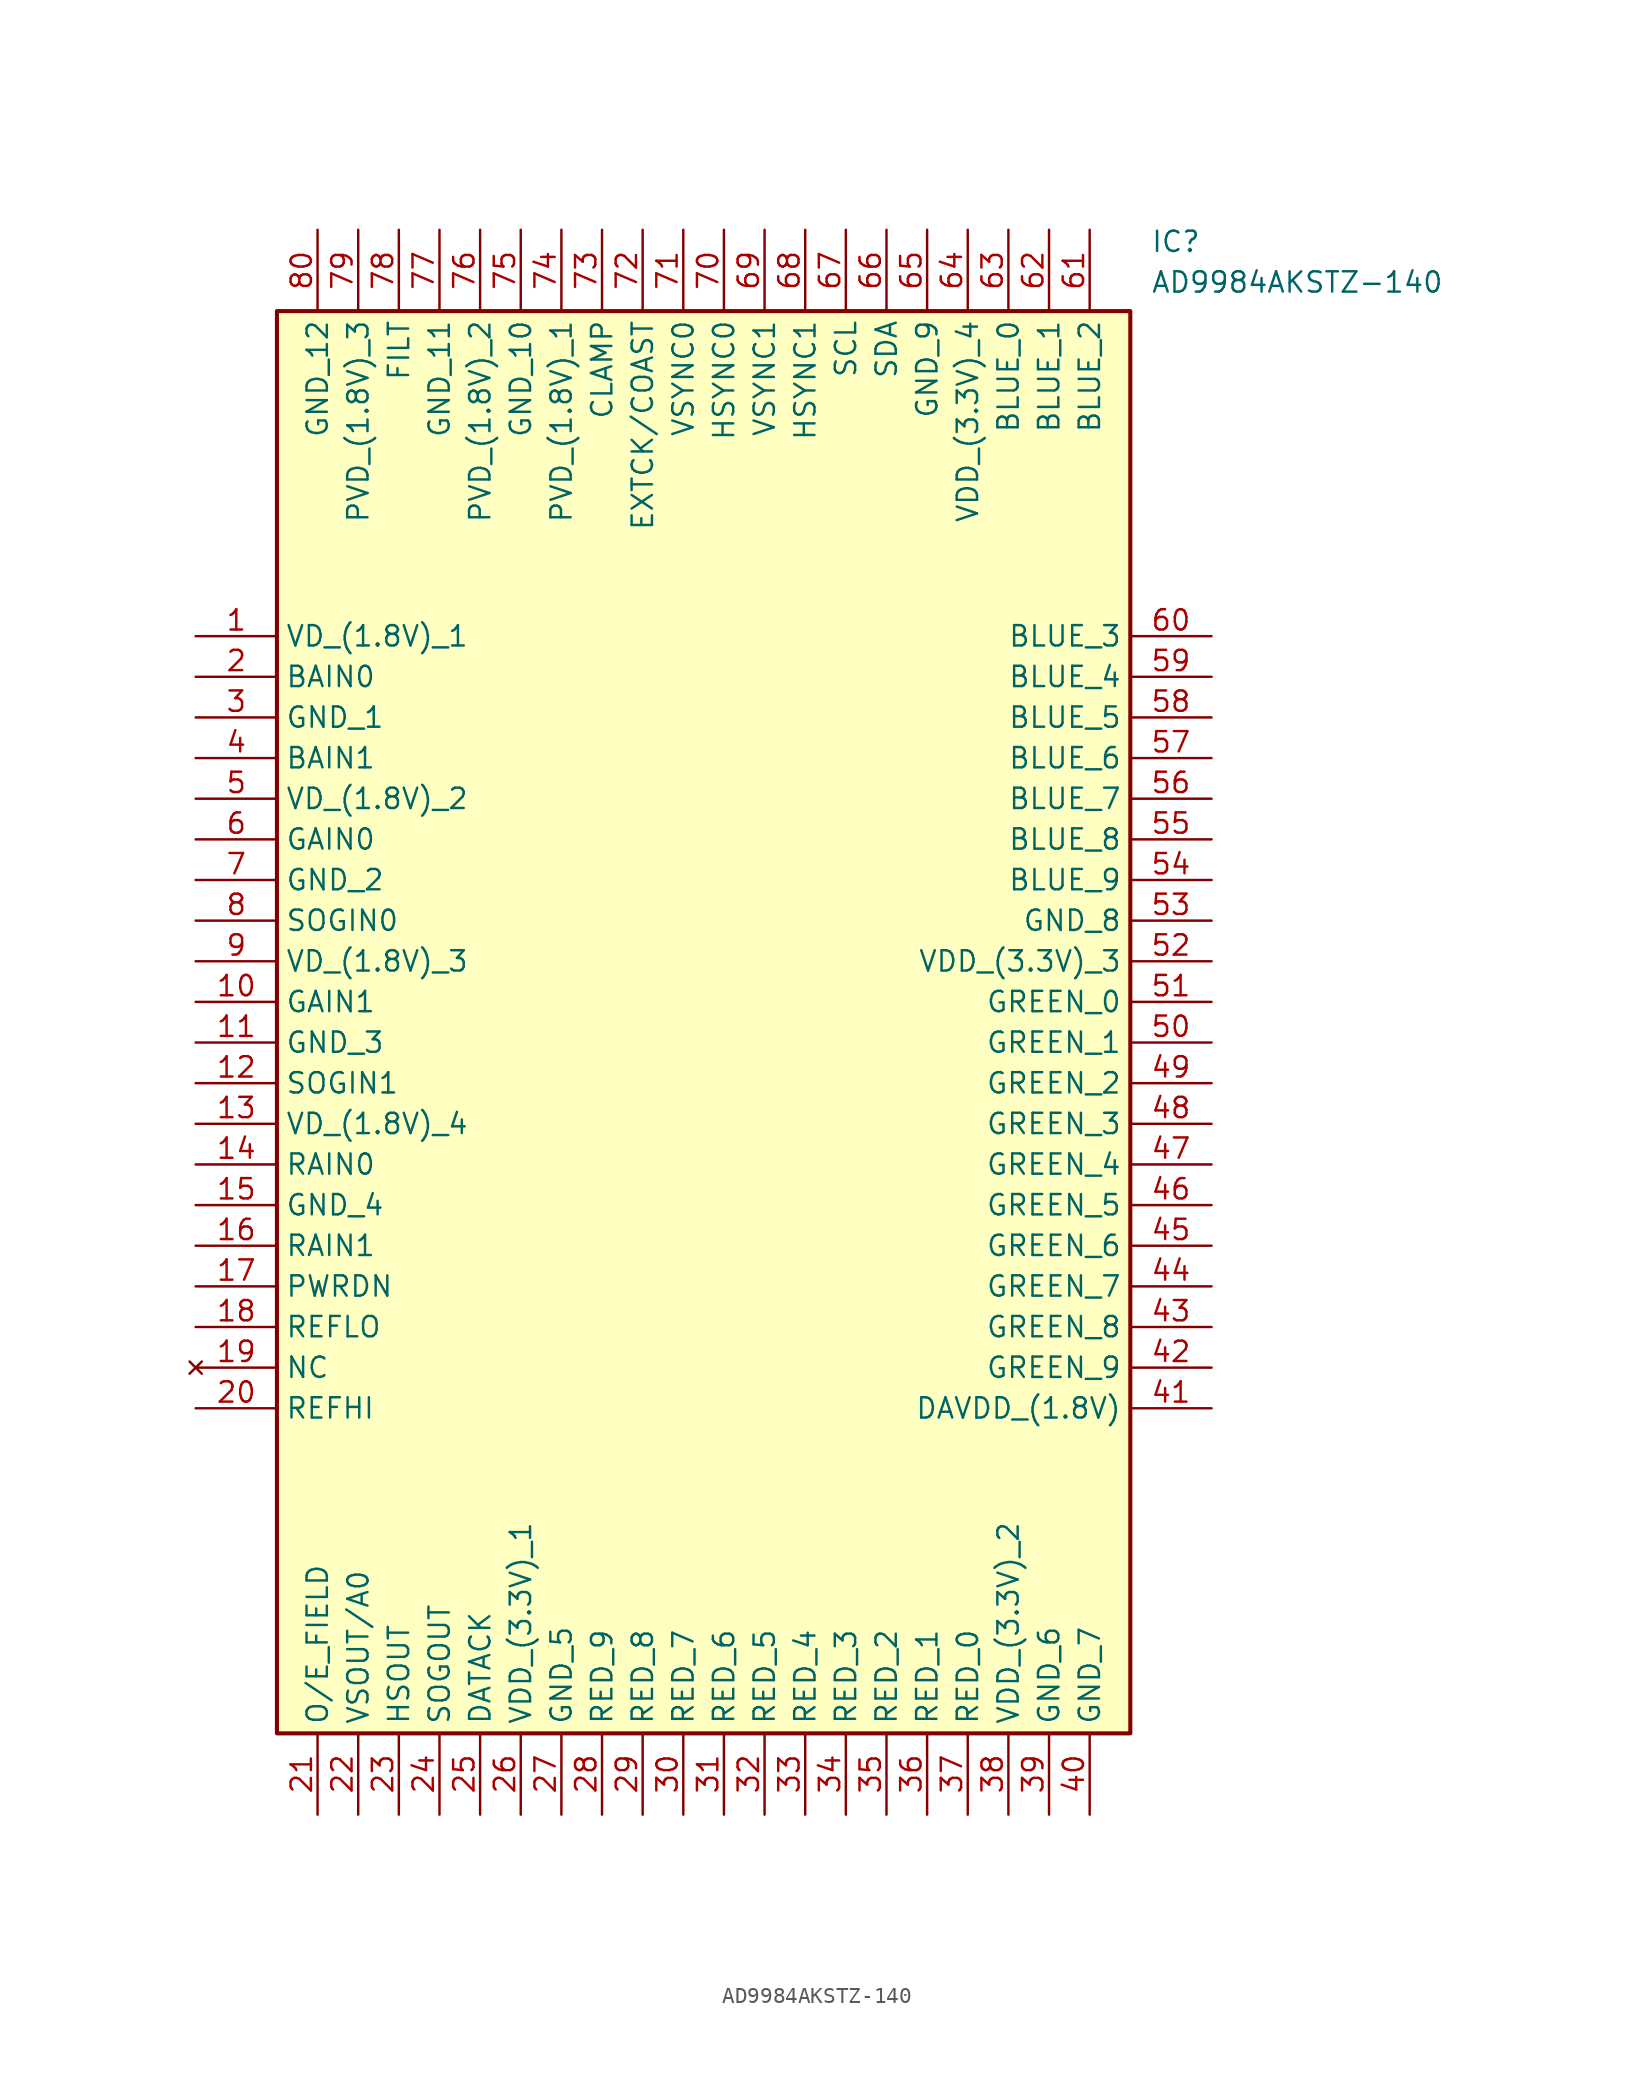
<source format=kicad_sym>
(kicad_symbol_lib
  (version 20211014)
  (generator SamacSys_ECAD_Model)
  (symbol "AD9984AKSTZ-140"
    (property "Reference" "IC"
      (at 59.69 25.4 0)
      (effects (font (size 1.27 1.27)) (justify left top)))
    (property "Value" "AD9984AKSTZ-140"
      (at 59.69 22.86 0)
      (effects (font (size 1.27 1.27)) (justify left top)))
    (rectangle
      (start 5.08 20.32)
      (end 58.42 -68.58)
      (stroke (width 0.254) (type default))
      (fill (type background)))
    (pin passive line
      (at 0 0 0)
      (length 5.08)
      (name "VD_(1.8V)_1" (effects (font (size 1.27 1.27))))
      (number "1" (effects (font (size 1.27 1.27)))))
    (pin passive line
      (at 0 -2.54 0)
      (length 5.08)
      (name "BAIN0" (effects (font (size 1.27 1.27))))
      (number "2" (effects (font (size 1.27 1.27)))))
    (pin passive line
      (at 0 -5.08 0)
      (length 5.08)
      (name "GND_1" (effects (font (size 1.27 1.27))))
      (number "3" (effects (font (size 1.27 1.27)))))
    (pin passive line
      (at 0 -7.62 0)
      (length 5.08)
      (name "BAIN1" (effects (font (size 1.27 1.27))))
      (number "4" (effects (font (size 1.27 1.27)))))
    (pin passive line
      (at 0 -10.16 0)
      (length 5.08)
      (name "VD_(1.8V)_2" (effects (font (size 1.27 1.27))))
      (number "5" (effects (font (size 1.27 1.27)))))
    (pin passive line
      (at 0 -12.7 0)
      (length 5.08)
      (name "GAIN0" (effects (font (size 1.27 1.27))))
      (number "6" (effects (font (size 1.27 1.27)))))
    (pin passive line
      (at 0 -15.24 0)
      (length 5.08)
      (name "GND_2" (effects (font (size 1.27 1.27))))
      (number "7" (effects (font (size 1.27 1.27)))))
    (pin passive line
      (at 0 -17.78 0)
      (length 5.08)
      (name "SOGIN0" (effects (font (size 1.27 1.27))))
      (number "8" (effects (font (size 1.27 1.27)))))
    (pin passive line
      (at 0 -20.32 0)
      (length 5.08)
      (name "VD_(1.8V)_3" (effects (font (size 1.27 1.27))))
      (number "9" (effects (font (size 1.27 1.27)))))
    (pin passive line
      (at 0 -22.86 0)
      (length 5.08)
      (name "GAIN1" (effects (font (size 1.27 1.27))))
      (number "10" (effects (font (size 1.27 1.27)))))
    (pin passive line
      (at 0 -25.4 0)
      (length 5.08)
      (name "GND_3" (effects (font (size 1.27 1.27))))
      (number "11" (effects (font (size 1.27 1.27)))))
    (pin passive line
      (at 0 -27.94 0)
      (length 5.08)
      (name "SOGIN1" (effects (font (size 1.27 1.27))))
      (number "12" (effects (font (size 1.27 1.27)))))
    (pin passive line
      (at 0 -30.48 0)
      (length 5.08)
      (name "VD_(1.8V)_4" (effects (font (size 1.27 1.27))))
      (number "13" (effects (font (size 1.27 1.27)))))
    (pin passive line
      (at 0 -33.02 0)
      (length 5.08)
      (name "RAIN0" (effects (font (size 1.27 1.27))))
      (number "14" (effects (font (size 1.27 1.27)))))
    (pin passive line
      (at 0 -35.56 0)
      (length 5.08)
      (name "GND_4" (effects (font (size 1.27 1.27))))
      (number "15" (effects (font (size 1.27 1.27)))))
    (pin passive line
      (at 0 -38.1 0)
      (length 5.08)
      (name "RAIN1" (effects (font (size 1.27 1.27))))
      (number "16" (effects (font (size 1.27 1.27)))))
    (pin passive line
      (at 0 -40.64 0)
      (length 5.08)
      (name "PWRDN" (effects (font (size 1.27 1.27))))
      (number "17" (effects (font (size 1.27 1.27)))))
    (pin passive line
      (at 0 -43.18 0)
      (length 5.08)
      (name "REFLO" (effects (font (size 1.27 1.27))))
      (number "18" (effects (font (size 1.27 1.27)))))
    (pin no_connect line
      (at 0 -45.72 0)
      (length 5.08)
      (name "NC" (effects (font (size 1.27 1.27))))
      (number "19" (effects (font (size 1.27 1.27)))))
    (pin passive line
      (at 0 -48.26 0)
      (length 5.08)
      (name "REFHI" (effects (font (size 1.27 1.27))))
      (number "20" (effects (font (size 1.27 1.27)))))
    (pin passive line
      (at 7.62 -73.66 90)
      (length 5.08)
      (name "O/E_FIELD" (effects (font (size 1.27 1.27))))
      (number "21" (effects (font (size 1.27 1.27)))))
    (pin passive line
      (at 10.16 -73.66 90)
      (length 5.08)
      (name "VSOUT/A0" (effects (font (size 1.27 1.27))))
      (number "22" (effects (font (size 1.27 1.27)))))
    (pin passive line
      (at 12.7 -73.66 90)
      (length 5.08)
      (name "HSOUT" (effects (font (size 1.27 1.27))))
      (number "23" (effects (font (size 1.27 1.27)))))
    (pin passive line
      (at 15.24 -73.66 90)
      (length 5.08)
      (name "SOGOUT" (effects (font (size 1.27 1.27))))
      (number "24" (effects (font (size 1.27 1.27)))))
    (pin passive line
      (at 17.78 -73.66 90)
      (length 5.08)
      (name "DATACK" (effects (font (size 1.27 1.27))))
      (number "25" (effects (font (size 1.27 1.27)))))
    (pin passive line
      (at 20.32 -73.66 90)
      (length 5.08)
      (name "VDD_(3.3V)_1" (effects (font (size 1.27 1.27))))
      (number "26" (effects (font (size 1.27 1.27)))))
    (pin passive line
      (at 22.86 -73.66 90)
      (length 5.08)
      (name "GND_5" (effects (font (size 1.27 1.27))))
      (number "27" (effects (font (size 1.27 1.27)))))
    (pin passive line
      (at 25.4 -73.66 90)
      (length 5.08)
      (name "RED_9" (effects (font (size 1.27 1.27))))
      (number "28" (effects (font (size 1.27 1.27)))))
    (pin passive line
      (at 27.94 -73.66 90)
      (length 5.08)
      (name "RED_8" (effects (font (size 1.27 1.27))))
      (number "29" (effects (font (size 1.27 1.27)))))
    (pin passive line
      (at 30.48 -73.66 90)
      (length 5.08)
      (name "RED_7" (effects (font (size 1.27 1.27))))
      (number "30" (effects (font (size 1.27 1.27)))))
    (pin passive line
      (at 33.02 -73.66 90)
      (length 5.08)
      (name "RED_6" (effects (font (size 1.27 1.27))))
      (number "31" (effects (font (size 1.27 1.27)))))
    (pin passive line
      (at 35.56 -73.66 90)
      (length 5.08)
      (name "RED_5" (effects (font (size 1.27 1.27))))
      (number "32" (effects (font (size 1.27 1.27)))))
    (pin passive line
      (at 38.1 -73.66 90)
      (length 5.08)
      (name "RED_4" (effects (font (size 1.27 1.27))))
      (number "33" (effects (font (size 1.27 1.27)))))
    (pin passive line
      (at 40.64 -73.66 90)
      (length 5.08)
      (name "RED_3" (effects (font (size 1.27 1.27))))
      (number "34" (effects (font (size 1.27 1.27)))))
    (pin passive line
      (at 43.18 -73.66 90)
      (length 5.08)
      (name "RED_2" (effects (font (size 1.27 1.27))))
      (number "35" (effects (font (size 1.27 1.27)))))
    (pin passive line
      (at 45.72 -73.66 90)
      (length 5.08)
      (name "RED_1" (effects (font (size 1.27 1.27))))
      (number "36" (effects (font (size 1.27 1.27)))))
    (pin passive line
      (at 48.26 -73.66 90)
      (length 5.08)
      (name "RED_0" (effects (font (size 1.27 1.27))))
      (number "37" (effects (font (size 1.27 1.27)))))
    (pin passive line
      (at 50.8 -73.66 90)
      (length 5.08)
      (name "VDD_(3.3V)_2" (effects (font (size 1.27 1.27))))
      (number "38" (effects (font (size 1.27 1.27)))))
    (pin passive line
      (at 53.34 -73.66 90)
      (length 5.08)
      (name "GND_6" (effects (font (size 1.27 1.27))))
      (number "39" (effects (font (size 1.27 1.27)))))
    (pin passive line
      (at 55.88 -73.66 90)
      (length 5.08)
      (name "GND_7" (effects (font (size 1.27 1.27))))
      (number "40" (effects (font (size 1.27 1.27)))))
    (pin passive line
      (at 63.5 0 180)
      (length 5.08)
      (name "BLUE_3" (effects (font (size 1.27 1.27))))
      (number "60" (effects (font (size 1.27 1.27)))))
    (pin passive line
      (at 63.5 -2.54 180)
      (length 5.08)
      (name "BLUE_4" (effects (font (size 1.27 1.27))))
      (number "59" (effects (font (size 1.27 1.27)))))
    (pin passive line
      (at 63.5 -5.08 180)
      (length 5.08)
      (name "BLUE_5" (effects (font (size 1.27 1.27))))
      (number "58" (effects (font (size 1.27 1.27)))))
    (pin passive line
      (at 63.5 -7.62 180)
      (length 5.08)
      (name "BLUE_6" (effects (font (size 1.27 1.27))))
      (number "57" (effects (font (size 1.27 1.27)))))
    (pin passive line
      (at 63.5 -10.16 180)
      (length 5.08)
      (name "BLUE_7" (effects (font (size 1.27 1.27))))
      (number "56" (effects (font (size 1.27 1.27)))))
    (pin passive line
      (at 63.5 -12.7 180)
      (length 5.08)
      (name "BLUE_8" (effects (font (size 1.27 1.27))))
      (number "55" (effects (font (size 1.27 1.27)))))
    (pin passive line
      (at 63.5 -15.24 180)
      (length 5.08)
      (name "BLUE_9" (effects (font (size 1.27 1.27))))
      (number "54" (effects (font (size 1.27 1.27)))))
    (pin passive line
      (at 63.5 -17.78 180)
      (length 5.08)
      (name "GND_8" (effects (font (size 1.27 1.27))))
      (number "53" (effects (font (size 1.27 1.27)))))
    (pin passive line
      (at 63.5 -20.32 180)
      (length 5.08)
      (name "VDD_(3.3V)_3" (effects (font (size 1.27 1.27))))
      (number "52" (effects (font (size 1.27 1.27)))))
    (pin passive line
      (at 63.5 -22.86 180)
      (length 5.08)
      (name "GREEN_0" (effects (font (size 1.27 1.27))))
      (number "51" (effects (font (size 1.27 1.27)))))
    (pin passive line
      (at 63.5 -25.4 180)
      (length 5.08)
      (name "GREEN_1" (effects (font (size 1.27 1.27))))
      (number "50" (effects (font (size 1.27 1.27)))))
    (pin passive line
      (at 63.5 -27.94 180)
      (length 5.08)
      (name "GREEN_2" (effects (font (size 1.27 1.27))))
      (number "49" (effects (font (size 1.27 1.27)))))
    (pin passive line
      (at 63.5 -30.48 180)
      (length 5.08)
      (name "GREEN_3" (effects (font (size 1.27 1.27))))
      (number "48" (effects (font (size 1.27 1.27)))))
    (pin passive line
      (at 63.5 -33.02 180)
      (length 5.08)
      (name "GREEN_4" (effects (font (size 1.27 1.27))))
      (number "47" (effects (font (size 1.27 1.27)))))
    (pin passive line
      (at 63.5 -35.56 180)
      (length 5.08)
      (name "GREEN_5" (effects (font (size 1.27 1.27))))
      (number "46" (effects (font (size 1.27 1.27)))))
    (pin passive line
      (at 63.5 -38.1 180)
      (length 5.08)
      (name "GREEN_6" (effects (font (size 1.27 1.27))))
      (number "45" (effects (font (size 1.27 1.27)))))
    (pin passive line
      (at 63.5 -40.64 180)
      (length 5.08)
      (name "GREEN_7" (effects (font (size 1.27 1.27))))
      (number "44" (effects (font (size 1.27 1.27)))))
    (pin passive line
      (at 63.5 -43.18 180)
      (length 5.08)
      (name "GREEN_8" (effects (font (size 1.27 1.27))))
      (number "43" (effects (font (size 1.27 1.27)))))
    (pin passive line
      (at 63.5 -45.72 180)
      (length 5.08)
      (name "GREEN_9" (effects (font (size 1.27 1.27))))
      (number "42" (effects (font (size 1.27 1.27)))))
    (pin passive line
      (at 63.5 -48.26 180)
      (length 5.08)
      (name "DAVDD_(1.8V)" (effects (font (size 1.27 1.27))))
      (number "41" (effects (font (size 1.27 1.27)))))
    (pin passive line
      (at 7.62 25.4 270)
      (length 5.08)
      (name "GND_12" (effects (font (size 1.27 1.27))))
      (number "80" (effects (font (size 1.27 1.27)))))
    (pin passive line
      (at 10.16 25.4 270)
      (length 5.08)
      (name "PVD_(1.8V)_3" (effects (font (size 1.27 1.27))))
      (number "79" (effects (font (size 1.27 1.27)))))
    (pin passive line
      (at 12.7 25.4 270)
      (length 5.08)
      (name "FILT" (effects (font (size 1.27 1.27))))
      (number "78" (effects (font (size 1.27 1.27)))))
    (pin passive line
      (at 15.24 25.4 270)
      (length 5.08)
      (name "GND_11" (effects (font (size 1.27 1.27))))
      (number "77" (effects (font (size 1.27 1.27)))))
    (pin passive line
      (at 17.78 25.4 270)
      (length 5.08)
      (name "PVD_(1.8V)_2" (effects (font (size 1.27 1.27))))
      (number "76" (effects (font (size 1.27 1.27)))))
    (pin passive line
      (at 20.32 25.4 270)
      (length 5.08)
      (name "GND_10" (effects (font (size 1.27 1.27))))
      (number "75" (effects (font (size 1.27 1.27)))))
    (pin passive line
      (at 22.86 25.4 270)
      (length 5.08)
      (name "PVD_(1.8V)_1" (effects (font (size 1.27 1.27))))
      (number "74" (effects (font (size 1.27 1.27)))))
    (pin passive line
      (at 25.4 25.4 270)
      (length 5.08)
      (name "CLAMP" (effects (font (size 1.27 1.27))))
      (number "73" (effects (font (size 1.27 1.27)))))
    (pin passive line
      (at 27.94 25.4 270)
      (length 5.08)
      (name "EXTCK/COAST" (effects (font (size 1.27 1.27))))
      (number "72" (effects (font (size 1.27 1.27)))))
    (pin passive line
      (at 30.48 25.4 270)
      (length 5.08)
      (name "VSYNC0" (effects (font (size 1.27 1.27))))
      (number "71" (effects (font (size 1.27 1.27)))))
    (pin passive line
      (at 33.02 25.4 270)
      (length 5.08)
      (name "HSYNC0" (effects (font (size 1.27 1.27))))
      (number "70" (effects (font (size 1.27 1.27)))))
    (pin passive line
      (at 35.56 25.4 270)
      (length 5.08)
      (name "VSYNC1" (effects (font (size 1.27 1.27))))
      (number "69" (effects (font (size 1.27 1.27)))))
    (pin passive line
      (at 38.1 25.4 270)
      (length 5.08)
      (name "HSYNC1" (effects (font (size 1.27 1.27))))
      (number "68" (effects (font (size 1.27 1.27)))))
    (pin passive line
      (at 40.64 25.4 270)
      (length 5.08)
      (name "SCL" (effects (font (size 1.27 1.27))))
      (number "67" (effects (font (size 1.27 1.27)))))
    (pin passive line
      (at 43.18 25.4 270)
      (length 5.08)
      (name "SDA" (effects (font (size 1.27 1.27))))
      (number "66" (effects (font (size 1.27 1.27)))))
    (pin passive line
      (at 45.72 25.4 270)
      (length 5.08)
      (name "GND_9" (effects (font (size 1.27 1.27))))
      (number "65" (effects (font (size 1.27 1.27)))))
    (pin passive line
      (at 48.26 25.4 270)
      (length 5.08)
      (name "VDD_(3.3V)_4" (effects (font (size 1.27 1.27))))
      (number "64" (effects (font (size 1.27 1.27)))))
    (pin passive line
      (at 50.8 25.4 270)
      (length 5.08)
      (name "BLUE_0" (effects (font (size 1.27 1.27))))
      (number "63" (effects (font (size 1.27 1.27)))))
    (pin passive line
      (at 53.34 25.4 270)
      (length 5.08)
      (name "BLUE_1" (effects (font (size 1.27 1.27))))
      (number "62" (effects (font (size 1.27 1.27)))))
    (pin passive line
      (at 55.88 25.4 270)
      (length 5.08)
      (name "BLUE_2" (effects (font (size 1.27 1.27))))
      (number "61" (effects (font (size 1.27 1.27)))))))
</source>
